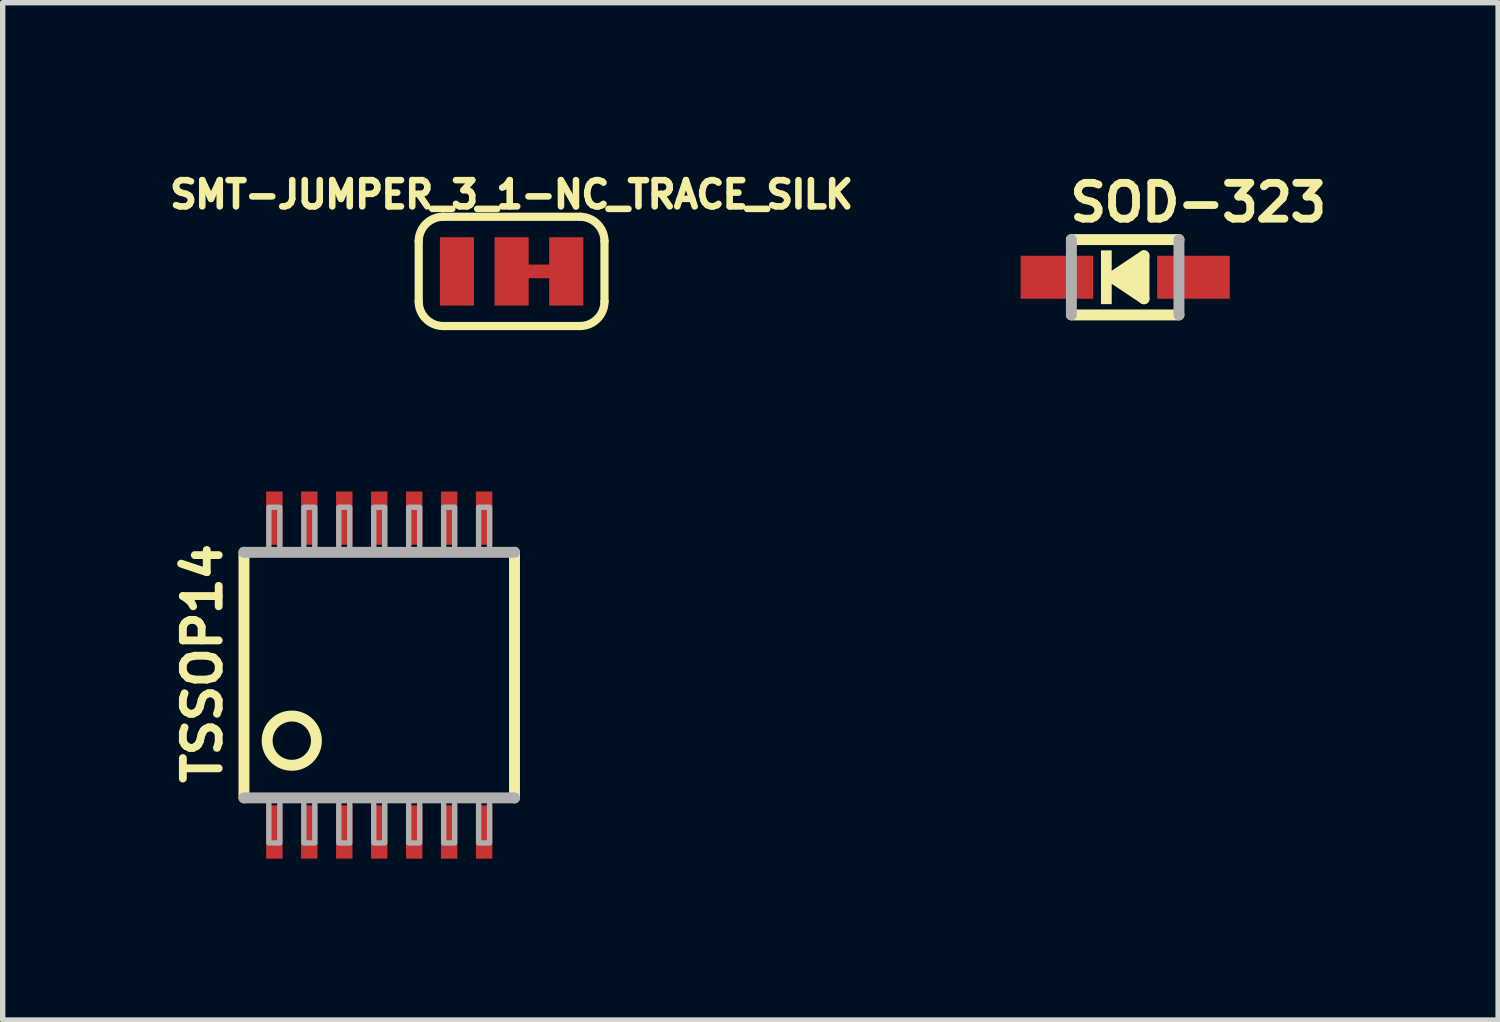
<source format=kicad_pcb>
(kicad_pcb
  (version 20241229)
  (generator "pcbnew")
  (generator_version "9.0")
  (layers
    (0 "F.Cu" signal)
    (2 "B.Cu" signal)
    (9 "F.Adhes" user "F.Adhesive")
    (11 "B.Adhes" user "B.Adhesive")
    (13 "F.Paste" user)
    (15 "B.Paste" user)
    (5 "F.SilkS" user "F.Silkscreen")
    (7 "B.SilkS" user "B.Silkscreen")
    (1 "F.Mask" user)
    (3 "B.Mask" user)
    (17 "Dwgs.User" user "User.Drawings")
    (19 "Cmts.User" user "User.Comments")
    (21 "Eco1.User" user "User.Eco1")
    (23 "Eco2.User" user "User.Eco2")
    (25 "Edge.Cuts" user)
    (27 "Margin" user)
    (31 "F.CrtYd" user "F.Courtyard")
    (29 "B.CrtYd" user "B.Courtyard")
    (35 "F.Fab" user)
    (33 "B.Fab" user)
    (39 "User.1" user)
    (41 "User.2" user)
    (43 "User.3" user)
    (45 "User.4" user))
  (footprint "SOD-323"
    (layer "F.Cu")
    (at 17.87 2.105)
    (property "Reference" "SOD-323" (at -1.1 -1 0) (layer "F.SilkS") (effects (font (size 0.666 0.666) (thickness 0.146)) (justify left bottom)))
    (fp_line (start -1 -0.7) (end 1 -0.7) (stroke (width 0.203) (type solid)) (layer "F.SilkS"))
    (fp_line (start -0.25 0) (end 0.35 -0.4) (stroke (width 0.203) (type solid)) (layer "F.SilkS"))
    (fp_line (start 0.35 -0.4) (end 0.35 0.4) (stroke (width 0.203) (type solid)) (layer "F.SilkS"))
    (fp_line (start 0.35 0.4) (end -0.25 0) (stroke (width 0.203) (type solid)) (layer "F.SilkS"))
    (fp_line (start 1 0.7) (end -1 0.7) (stroke (width 0.203) (type solid)) (layer "F.SilkS"))
    (fp_poly (pts (xy 0.302 0.39) (xy -0.283 0) (xy 0.302 -0.39)) (stroke (width 0) (type solid)) (fill yes) (layer "F.SilkS"))
    (fp_poly (pts (xy -0.45 0.5) (xy -0.25 0.5) (xy -0.25 -0.5) (xy -0.45 -0.5)) (stroke (width 0) (type solid)) (fill yes) (layer "F.SilkS"))
    (fp_line (start -1 0.7) (end -1 -0.7) (stroke (width 0.203) (type solid)) (layer "F.Fab"))
    (fp_line (start 1 -0.7) (end 1 0.7) (stroke (width 0.203) (type solid)) (layer "F.Fab"))
    (pad "A" smd rect (at 1.27 0) (size 1.35 0.8) (layers "F.Cu" "F.Mask" "F.Paste"))
    (pad "C" smd rect (at -1.27 0) (size 1.35 0.8) (layers "F.Cu" "F.Mask" "F.Paste")))
  (footprint "SMT-JUMPER_3_1-NC_TRACE_SILK"
    (layer "F.Cu")
    (at 6.462 1.996)
    (property "Reference" "SMT-JUMPER_3_1-NC_TRACE_SILK" (at 0 -1.143 0) (layer "F.SilkS") (effects (font (size 0.488 0.488) (thickness 0.122)) (justify bottom)))
    (fp_poly (pts (xy 0.305 0.127) (xy 0.711 0.127) (xy 0.711 -0.127) (xy 0.305 -0.127)) (stroke (width 0) (type solid)) (fill yes) (layer "F.Cu"))
    (fp_poly (pts (xy 0.762 0.191) (xy 0.254 0.191) (xy 0.254 -0.191) (xy 0.762 -0.191)) (stroke (width 0) (type solid)) (fill yes) (layer "F.Mask"))
    (fp_line (start -1.727 0.559) (end -1.727 -0.559) (stroke (width 0.152) (type solid)) (layer "F.SilkS"))
    (fp_line (start -1.27 -1.016) (end 1.27 -1.016) (stroke (width 0.152) (type solid)) (layer "F.SilkS"))
    (fp_line (start 1.27 1.016) (end -1.27 1.016) (stroke (width 0.152) (type solid)) (layer "F.SilkS"))
    (fp_line (start 1.727 0.559) (end 1.727 -0.559) (stroke (width 0.152) (type solid)) (layer "F.SilkS"))
    (fp_arc (start -1.7272 -0.5588) (mid -1.593289 -0.882089) (end -1.27 -1.016) (stroke (width 0.1524) (type solid)) (layer "F.SilkS"))
    (fp_arc (start -1.27 1.016) (mid -1.593289 0.882089) (end -1.7272 0.5588) (stroke (width 0.1524) (type solid)) (layer "F.SilkS"))
    (fp_arc (start 1.27 -1.016) (mid 1.593289 -0.882089) (end 1.7272 -0.5588) (stroke (width 0.1524) (type solid)) (layer "F.SilkS"))
    (fp_arc (start 1.7272 0.5588) (mid 1.593289 0.882089) (end 1.27 1.016) (stroke (width 0.1524) (type solid)) (layer "F.SilkS"))
    (pad "1" smd rect (at -1.016 0) (size 0.635 1.27) (layers "F.Cu" "F.Mask"))
    (pad "2" smd rect (at 0 0) (size 0.635 1.27) (layers "F.Cu" "F.Mask"))
    (pad "3" smd rect (at 1.016 0) (size 0.635 1.27) (layers "F.Cu" "F.Mask")))
  (footprint "TSSOP14"
    (layer "F.Cu")
    (at 4.001 9.502)
    (property "Reference" "TSSOP14" (at -2.896 2.083 90) (layer "F.SilkS") (effects (font (size 0.666 0.666) (thickness 0.146)) (justify left bottom)))
    (fp_line (start -2.515 2.283) (end -2.515 -2.283) (stroke (width 0.203) (type solid)) (layer "F.SilkS"))
    (fp_line (start 2.515 -2.283) (end 2.515 2.283) (stroke (width 0.203) (type solid)) (layer "F.SilkS"))
    (fp_circle (center -1.626 1.219) (end -1.168 1.219) (stroke (width 0.203) (type solid)) (fill no) (layer "F.SilkS"))
    (fp_line (start -2.515 2.283) (end 2.515 2.283) (stroke (width 0.203) (type solid)) (layer "F.Fab"))
    (fp_line (start 2.515 -2.283) (end -2.515 -2.283) (stroke (width 0.203) (type solid)) (layer "F.Fab"))
    (fp_poly (pts (xy -2.052 -2.283) (xy -1.848 -2.283) (xy -1.848 -3.121) (xy -2.052 -3.121)) (stroke (width 0.1) (type solid)) (fill no) (layer "F.Fab"))
    (fp_poly (pts (xy -2.052 3.121) (xy -1.848 3.121) (xy -1.848 2.283) (xy -2.052 2.283)) (stroke (width 0.1) (type solid)) (fill no) (layer "F.Fab"))
    (fp_poly (pts (xy -1.402 -2.283) (xy -1.198 -2.283) (xy -1.198 -3.121) (xy -1.402 -3.121)) (stroke (width 0.1) (type solid)) (fill no) (layer "F.Fab"))
    (fp_poly (pts (xy -1.402 3.121) (xy -1.198 3.121) (xy -1.198 2.283) (xy -1.402 2.283)) (stroke (width 0.1) (type solid)) (fill no) (layer "F.Fab"))
    (fp_poly (pts (xy -0.752 -2.283) (xy -0.548 -2.283) (xy -0.548 -3.121) (xy -0.752 -3.121)) (stroke (width 0.1) (type solid)) (fill no) (layer "F.Fab"))
    (fp_poly (pts (xy -0.752 3.121) (xy -0.548 3.121) (xy -0.548 2.283) (xy -0.752 2.283)) (stroke (width 0.1) (type solid)) (fill no) (layer "F.Fab"))
    (fp_poly (pts (xy -0.102 -2.283) (xy 0.102 -2.283) (xy 0.102 -3.121) (xy -0.102 -3.121)) (stroke (width 0.1) (type solid)) (fill no) (layer "F.Fab"))
    (fp_poly (pts (xy -0.102 3.121) (xy 0.102 3.121) (xy 0.102 2.283) (xy -0.102 2.283)) (stroke (width 0.1) (type solid)) (fill no) (layer "F.Fab"))
    (fp_poly (pts (xy 0.548 -2.283) (xy 0.752 -2.283) (xy 0.752 -3.121) (xy 0.548 -3.121)) (stroke (width 0.1) (type solid)) (fill no) (layer "F.Fab"))
    (fp_poly (pts (xy 0.548 3.121) (xy 0.752 3.121) (xy 0.752 2.283) (xy 0.548 2.283)) (stroke (width 0.1) (type solid)) (fill no) (layer "F.Fab"))
    (fp_poly (pts (xy 1.198 -2.283) (xy 1.402 -2.283) (xy 1.402 -3.121) (xy 1.198 -3.121)) (stroke (width 0.1) (type solid)) (fill no) (layer "F.Fab"))
    (fp_poly (pts (xy 1.198 3.121) (xy 1.402 3.121) (xy 1.402 2.283) (xy 1.198 2.283)) (stroke (width 0.1) (type solid)) (fill no) (layer "F.Fab"))
    (fp_poly (pts (xy 1.848 -2.283) (xy 2.052 -2.283) (xy 2.052 -3.121) (xy 1.848 -3.121)) (stroke (width 0.1) (type solid)) (fill no) (layer "F.Fab"))
    (fp_poly (pts (xy 1.848 3.121) (xy 2.052 3.121) (xy 2.052 2.283) (xy 1.848 2.283)) (stroke (width 0.1) (type solid)) (fill no) (layer "F.Fab"))
    (pad "1" smd rect (at -1.95 2.918) (size 0.305 0.991) (layers "F.Cu" "F.Mask" "F.Paste"))
    (pad "2" smd rect (at -1.3 2.918) (size 0.305 0.991) (layers "F.Cu" "F.Mask" "F.Paste"))
    (pad "3" smd rect (at -0.65 2.918) (size 0.305 0.991) (layers "F.Cu" "F.Mask" "F.Paste"))
    (pad "4" smd rect (at 0 2.918) (size 0.305 0.991) (layers "F.Cu" "F.Mask" "F.Paste"))
    (pad "5" smd rect (at 0.65 2.918) (size 0.305 0.991) (layers "F.Cu" "F.Mask" "F.Paste"))
    (pad "6" smd rect (at 1.3 2.918) (size 0.305 0.991) (layers "F.Cu" "F.Mask" "F.Paste"))
    (pad "7" smd rect (at 1.95 2.918) (size 0.305 0.991) (layers "F.Cu" "F.Mask" "F.Paste"))
    (pad "8" smd rect (at 1.95 -2.918) (size 0.305 0.991) (layers "F.Cu" "F.Mask" "F.Paste"))
    (pad "9" smd rect (at 1.3 -2.918) (size 0.305 0.991) (layers "F.Cu" "F.Mask" "F.Paste"))
    (pad "10" smd rect (at 0.65 -2.918) (size 0.305 0.991) (layers "F.Cu" "F.Mask" "F.Paste"))
    (pad "11" smd rect (at 0 -2.918) (size 0.305 0.991) (layers "F.Cu" "F.Mask" "F.Paste"))
    (pad "12" smd rect (at -0.65 -2.918) (size 0.305 0.991) (layers "F.Cu" "F.Mask" "F.Paste"))
    (pad "13" smd rect (at -1.3 -2.918) (size 0.305 0.991) (layers "F.Cu" "F.Mask" "F.Paste"))
    (pad "14" smd rect (at -1.95 -2.918) (size 0.305 0.991) (layers "F.Cu" "F.Mask" "F.Paste")))
  (gr_rect
    (start -3 -3)
    (end 24.804 15.915)
    (stroke (width 0.1) (type default))
    (fill no)
    (layer "Edge.Cuts")))
</source>
